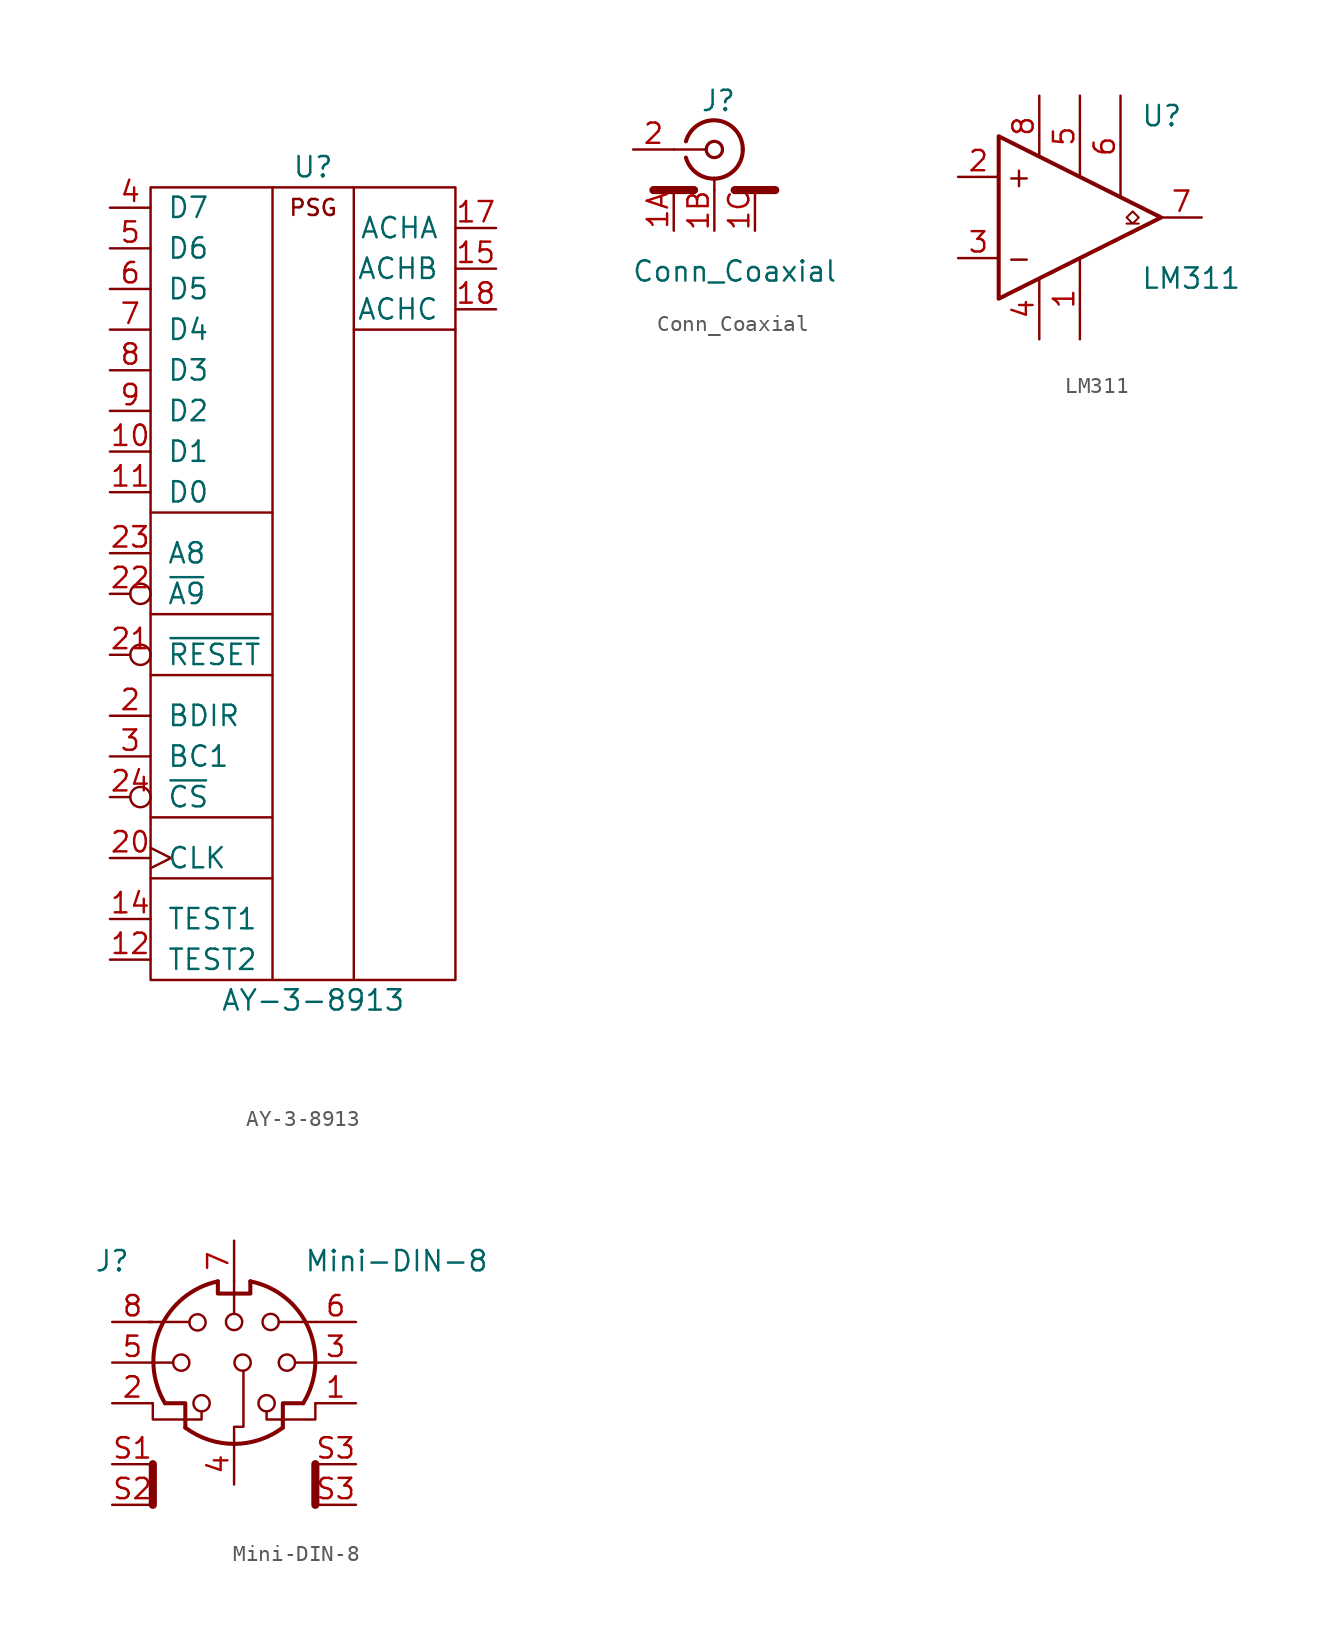
<source format=kicad_sym>
(kicad_symbol_lib
  (version 20211014)
  (generator kicad_symbol_editor)
  (symbol "AY-3-8913"
    (pin_names
      (offset 1.016))
    (property "Reference" "U"
      (at 0 25.4 0)
      (effects (font (size 1.27 1.27))))
    (property "Value" "AY-3-8913"
      (at 0 -26.67 0)
      (effects (font (size 1.27 1.27))))
    (symbol "AY-3-8913_0_0"
      (polyline (pts (xy -10.16 -6.35) (xy -2.54 -6.35)) (stroke (width 0) (type default) (color 0 0 0 0)) (fill (type none)))
      (text "PSG" (at 0 22.86 0) (effects (font (size 1 1)))))
    (symbol "AY-3-8913_0_1"
      (rectangle (start -10.16 24.13) (end 8.89 -25.4) (stroke (width 0) (type default) (color 0 0 0 0)) (fill (type none)))
      (polyline (pts (xy -10.16 -19.05) (xy -2.54 -19.05)) (stroke (width 0) (type default) (color 0 0 0 0)) (fill (type none)))
      (polyline (pts (xy -10.16 -15.24) (xy -2.54 -15.24)) (stroke (width 0) (type default) (color 0 0 0 0)) (fill (type none)))
      (polyline (pts (xy -10.16 -2.54) (xy -2.54 -2.54)) (stroke (width 0) (type default) (color 0 0 0 0)) (fill (type none)))
      (polyline (pts (xy -10.16 3.81) (xy -2.54 3.81)) (stroke (width 0) (type default) (color 0 0 0 0)) (fill (type none)))
      (polyline (pts (xy -2.54 3.81) (xy -2.54 3.81)) (stroke (width 0) (type default) (color 0 0 0 0)) (fill (type none)))
      (polyline (pts (xy -2.54 24.13) (xy -2.54 -25.4)) (stroke (width 0) (type default) (color 0 0 0 0)) (fill (type none)))
      (polyline (pts (xy 2.54 -25.4) (xy 2.54 24.13)) (stroke (width 0) (type default) (color 0 0 0 0)) (fill (type none)))
      (polyline (pts (xy 2.54 15.24) (xy 8.89 15.24)) (stroke (width 0) (type default) (color 0 0 0 0)) (fill (type none)))
      (pin power_in line (at 8.89 -22.86 180) (length 0) hide (name "GND" (effects (font (size 1.27 1.27)))) (number "1" (effects (font (size 1.27 1.27)))))
      (pin power_in line (at 8.89 24.13 180) (length 0) hide (name "VCC" (effects (font (size 1.27 1.27)))) (number "13" (effects (font (size 1.27 1.27)))))
      (pin no_connect line (at 8.89 -20.32 180) (length 0) hide (name "NC" (effects (font (size 1.27 1.27)))) (number "16" (effects (font (size 1.27 1.27)))))
      (pin power_in line (at 8.89 -25.4 180) (length 0) hide (name "GND" (effects (font (size 1.27 1.27)))) (number "19" (effects (font (size 1.27 1.27))))))
    (symbol "AY-3-8913_1_1"
      (pin bidirectional line (at -12.7 7.62 0) (length 2.54) (name "D1" (effects (font (size 1.27 1.27)))) (number "10" (effects (font (size 1.27 1.27)))))
      (pin bidirectional line (at -12.7 5.08 0) (length 2.54) (name "D0" (effects (font (size 1.27 1.27)))) (number "11" (effects (font (size 1.27 1.27)))))
      (pin input line (at -12.7 -24.13 0) (length 2.54) (name "TEST2" (effects (font (size 1.27 1.27)))) (number "12" (effects (font (size 1.27 1.27)))))
      (pin input line (at -12.7 -21.59 0) (length 2.54) (name "TEST1" (effects (font (size 1.27 1.27)))) (number "14" (effects (font (size 1.27 1.27)))))
      (pin output line (at 11.43 19.05 180) (length 2.54) (name "ACHB" (effects (font (size 1.27 1.27)))) (number "15" (effects (font (size 1.27 1.27)))))
      (pin output line (at 11.43 21.59 180) (length 2.54) (name "ACHA" (effects (font (size 1.27 1.27)))) (number "17" (effects (font (size 1.27 1.27)))))
      (pin output line (at 11.43 16.51 180) (length 2.54) (name "ACHC" (effects (font (size 1.27 1.27)))) (number "18" (effects (font (size 1.27 1.27)))))
      (pin input line (at -12.7 -8.89 0) (length 2.54) (name "BDIR" (effects (font (size 1.27 1.27)))) (number "2" (effects (font (size 1.27 1.27)))))
      (pin input clock (at -12.7 -17.78 0) (length 2.54) (name "CLK" (effects (font (size 1.27 1.27)))) (number "20" (effects (font (size 1.27 1.27)))))
      (pin input inverted (at -12.7 -5.08 0) (length 2.54) (name "~{RESET}" (effects (font (size 1.27 1.27)))) (number "21" (effects (font (size 1.27 1.27)))))
      (pin input inverted (at -12.7 -1.27 0) (length 2.54) (name "~{A9}" (effects (font (size 1.27 1.27)))) (number "22" (effects (font (size 1.27 1.27)))))
      (pin input line (at -12.7 1.27 0) (length 2.54) (name "A8" (effects (font (size 1.27 1.27)))) (number "23" (effects (font (size 1.27 1.27)))))
      (pin input inverted (at -12.7 -13.97 0) (length 2.54) (name "~{CS}" (effects (font (size 1.27 1.27)))) (number "24" (effects (font (size 1.27 1.27)))))
      (pin input line (at -12.7 -11.43 0) (length 2.54) (name "BC1" (effects (font (size 1.27 1.27)))) (number "3" (effects (font (size 1.27 1.27)))))
      (pin bidirectional line (at -12.7 22.86 0) (length 2.54) (name "D7" (effects (font (size 1.27 1.27)))) (number "4" (effects (font (size 1.27 1.27)))))
      (pin bidirectional line (at -12.7 20.32 0) (length 2.54) (name "D6" (effects (font (size 1.27 1.27)))) (number "5" (effects (font (size 1.27 1.27)))))
      (pin bidirectional line (at -12.7 17.78 0) (length 2.54) (name "D5" (effects (font (size 1.27 1.27)))) (number "6" (effects (font (size 1.27 1.27)))))
      (pin bidirectional line (at -12.7 15.24 0) (length 2.54) (name "D4" (effects (font (size 1.27 1.27)))) (number "7" (effects (font (size 1.27 1.27)))))
      (pin bidirectional line (at -12.7 12.7 0) (length 2.54) (name "D3" (effects (font (size 1.27 1.27)))) (number "8" (effects (font (size 1.27 1.27)))))
      (pin bidirectional line (at -12.7 10.16 0) (length 2.54) (name "D2" (effects (font (size 1.27 1.27)))) (number "9" (effects (font (size 1.27 1.27)))))))
  (symbol "Conn_Coaxial"
    (pin_names
      (offset 1.016) hide)
    (property "Reference" "J"
      (at 0.254 3.048 0)
      (effects (font (size 1.27 1.27))))
    (property "Value" "Conn_Coaxial"
      (at 1.27 -7.62 0)
      (effects (font (size 1.27 1.27))))
    (symbol "Conn_Coaxial_0_1"
      (arc (start -1.778 -0.508) (mid 0.2311 -1.8066) (end 1.778 0) (stroke (width 0.254) (type default) (color 0 0 0 0)) (fill (type none)))
      (polyline (pts (xy -3.81 -2.54) (xy -1.27 -2.54)) (stroke (width 0.508) (type default) (color 0 0 0 0)) (fill (type none)))
      (polyline (pts (xy -2.54 0) (xy -0.508 0)) (stroke (width 0) (type default) (color 0 0 0 0)) (fill (type none)))
      (polyline (pts (xy 0 -2.54) (xy 0 -1.778)) (stroke (width 0) (type default) (color 0 0 0 0)) (fill (type none)))
      (polyline (pts (xy 1.27 -2.54) (xy 3.81 -2.54)) (stroke (width 0.508) (type default) (color 0 0 0 0)) (fill (type none)))
      (circle (center 0 0) (radius 0.508) (stroke (width 0.203) (type default) (color 0 0 0 0)) (fill (type none)))
      (arc (start 1.778 0) (mid 0.2099 1.8101) (end -1.778 0.508) (stroke (width 0.254) (type default) (color 0 0 0 0)) (fill (type none))))
    (symbol "Conn_Coaxial_1_1"
      (pin passive line (at -2.54 -5.08 90) (length 2.54) (name "GND" (effects (font (size 1.27 1.27)))) (number "1A" (effects (font (size 1.27 1.27)))))
      (pin passive line (at 0 -5.08 90) (length 2.54) (name "GND" (effects (font (size 1.27 1.27)))) (number "1B" (effects (font (size 1.27 1.27)))))
      (pin passive line (at 2.54 -5.08 90) (length 2.54) (name "GND" (effects (font (size 1.27 1.27)))) (number "1C" (effects (font (size 1.27 1.27)))))
      (pin passive line (at -5.08 0 0) (length 2.54) (name "In" (effects (font (size 1.27 1.27)))) (number "2" (effects (font (size 1.27 1.27)))))))
  (symbol "LM311"
    (pin_names
      (offset 0.127) hide)
    (property "Reference" "U"
      (at 3.81 6.35 0)
      (effects (font (size 1.27 1.27)) (justify left)))
    (property "Value" "LM311"
      (at 3.81 -3.81 0)
      (effects (font (size 1.27 1.27)) (justify left)))
    (symbol "LM311_0_0"
      (text "+" (at -3.81 2.54 0) (effects (font (size 1.27 1.27))))
      (text "-" (at -3.81 -2.54 0) (effects (font (size 1.27 1.27)))))
    (symbol "LM311_0_1"
      (polyline (pts (xy 5.08 0) (xy -5.08 5.08) (xy -5.08 -5.08) (xy 5.08 0)) (stroke (width 0.254) (type default) (color 0 0 0 0)) (fill (type none)))
      (polyline (pts (xy 3.683 -0.381) (xy 3.302 -0.381) (xy 3.683 0) (xy 3.302 0.381) (xy 2.921 0) (xy 3.302 -0.381) (xy 2.921 -0.381)) (stroke (width 0.127) (type default) (color 0 0 0 0)) (fill (type none))))
    (symbol "LM311_1_1"
      (pin passive line (at 0 -7.62 90) (length 5.08) (name "GND" (effects (font (size 1.27 1.27)))) (number "1" (effects (font (size 1.27 1.27)))))
      (pin input line (at -7.62 2.54 0) (length 2.54) (name "+" (effects (font (size 1.27 1.27)))) (number "2" (effects (font (size 1.27 1.27)))))
      (pin input line (at -7.62 -2.54 0) (length 2.54) (name "-" (effects (font (size 1.27 1.27)))) (number "3" (effects (font (size 1.27 1.27)))))
      (pin power_in line (at -2.54 -7.62 90) (length 3.81) (name "V-" (effects (font (size 1.27 1.27)))) (number "4" (effects (font (size 1.27 1.27)))))
      (pin input line (at 0 7.62 270) (length 5.08) (name "BAL" (effects (font (size 1.27 1.27)))) (number "5" (effects (font (size 1.27 1.27)))))
      (pin input line (at 2.54 7.62 270) (length 6.35) (name "STRB" (effects (font (size 1.27 1.27)))) (number "6" (effects (font (size 1.27 1.27)))))
      (pin open_collector line (at 7.62 0 180) (length 2.54) (name "~" (effects (font (size 1.27 1.27)))) (number "7" (effects (font (size 1.27 1.27)))))
      (pin power_in line (at -2.54 7.62 270) (length 3.81) (name "V+" (effects (font (size 1.27 1.27)))) (number "8" (effects (font (size 1.27 1.27)))))))
  (symbol "Mini-DIN-8"
    (pin_names
      (offset 1.016) hide)
    (property "Reference" "J"
      (at -7.62 6.35 0)
      (effects (font (size 1.27 1.27))))
    (property "Value" "Mini-DIN-8"
      (at 10.16 6.35 0)
      (effects (font (size 1.27 1.27))))
    (symbol "Mini-DIN-8_0_1"
      (rectangle (start -5.08 -8.89) (end -5.08 -6.35) (stroke (width 0.508) (type default) (color 0 0 0 0)) (fill (type none)))
      (circle (center -3.302 0) (radius 0.508) (stroke (width 0) (type default) (color 0 0 0 0)) (fill (type none)))
      (arc (start -3.048 -4.064) (mid 0 -5.08) (end 3.048 -4.064) (stroke (width 0.254) (type default) (color 0 0 0 0)) (fill (type none)))
      (circle (center -2.286 2.515) (radius 0.508) (stroke (width 0) (type default) (color 0 0 0 0)) (fill (type none)))
      (circle (center -2.032 -2.54) (radius 0.508) (stroke (width 0) (type default) (color 0 0 0 0)) (fill (type none)))
      (arc (start -1.016 5.08) (mid -4.6228 2.1214) (end -4.318 -2.54) (stroke (width 0.254) (type default) (color 0 0 0 0)) (fill (type none)))
      (polyline (pts (xy -3.81 0) (xy -5.08 0)) (stroke (width 0) (type default) (color 0 0 0 0)) (fill (type none)))
      (polyline (pts (xy -2.794 2.54) (xy -5.334 2.54)) (stroke (width 0) (type default) (color 0 0 0 0)) (fill (type none)))
      (polyline (pts (xy 0 5.105) (xy 0 3.048)) (stroke (width 0) (type default) (color 0 0 0 0)) (fill (type none)))
      (polyline (pts (xy 2.794 2.54) (xy 5.08 2.54)) (stroke (width 0) (type default) (color 0 0 0 0)) (fill (type none)))
      (polyline (pts (xy 5.08 0) (xy 3.81 0)) (stroke (width 0) (type default) (color 0 0 0 0)) (fill (type none)))
      (polyline (pts (xy -4.318 -2.54) (xy -3.048 -2.54) (xy -3.048 -4.064)) (stroke (width 0.254) (type default) (color 0 0 0 0)) (fill (type none)))
      (polyline (pts (xy 4.318 -2.54) (xy 3.048 -2.54) (xy 3.048 -4.064)) (stroke (width 0.254) (type default) (color 0 0 0 0)) (fill (type none)))
      (polyline (pts (xy -2.032 -3.048) (xy -2.032 -3.556) (xy -5.08 -3.556) (xy -5.08 -2.54)) (stroke (width 0) (type default) (color 0 0 0 0)) (fill (type none)))
      (polyline (pts (xy -1.016 5.08) (xy -1.016 4.318) (xy 1.016 4.318) (xy 1.016 5.08)) (stroke (width 0.254) (type default) (color 0 0 0 0)) (fill (type none)))
      (polyline (pts (xy 0.584 -0.508) (xy 0.584 -4.013) (xy 0 -4.013) (xy 0 -5.182)) (stroke (width 0) (type default) (color 0 0 0 0)) (fill (type none)))
      (polyline (pts (xy 2.032 -3.048) (xy 2.032 -3.556) (xy 5.08 -3.556) (xy 5.08 -2.54)) (stroke (width 0) (type default) (color 0 0 0 0)) (fill (type none)))
      (circle (center 0 2.54) (radius 0.508) (stroke (width 0) (type default) (color 0 0 0 0)) (fill (type none)))
      (circle (center 2.032 -2.54) (radius 0.508) (stroke (width 0) (type default) (color 0 0 0 0)) (fill (type none)))
      (circle (center 2.286 2.54) (radius 0.508) (stroke (width 0) (type default) (color 0 0 0 0)) (fill (type none)))
      (circle (center 3.302 0) (radius 0.508) (stroke (width 0) (type default) (color 0 0 0 0)) (fill (type none)))
      (arc (start 4.318 -2.54) (mid 4.6661 2.1322) (end 1.016 5.08) (stroke (width 0.254) (type default) (color 0 0 0 0)) (fill (type none)))
      (rectangle (start 5.08 -8.89) (end 5.08 -8.89) (stroke (width 0) (type default) (color 0 0 0 0)) (fill (type none)))
      (rectangle (start 5.08 -6.35) (end 5.08 -8.89) (stroke (width 0.508) (type default) (color 0 0 0 0)) (fill (type none))))
    (symbol "Mini-DIN-8_1_1"
      (circle (center 0.533 0) (radius 0.508) (stroke (width 0) (type default) (color 0 0 0 0)) (fill (type none)))
      (pin passive line (at 7.62 -2.54 180) (length 2.54) (name "~" (effects (font (size 1.27 1.27)))) (number "1" (effects (font (size 1.27 1.27)))))
      (pin passive line (at -7.62 -2.54 0) (length 2.54) (name "~" (effects (font (size 1.27 1.27)))) (number "2" (effects (font (size 1.27 1.27)))))
      (pin passive line (at 7.62 0 180) (length 2.54) (name "~" (effects (font (size 1.27 1.27)))) (number "3" (effects (font (size 1.27 1.27)))))
      (pin passive line (at 0 -7.62 90) (length 2.54) (name "~" (effects (font (size 1.27 1.27)))) (number "4" (effects (font (size 1.27 1.27)))))
      (pin passive line (at -7.62 0 0) (length 2.54) (name "~" (effects (font (size 1.27 1.27)))) (number "5" (effects (font (size 1.27 1.27)))))
      (pin passive line (at 7.62 2.54 180) (length 2.54) (name "~" (effects (font (size 1.27 1.27)))) (number "6" (effects (font (size 1.27 1.27)))))
      (pin passive line (at 0 7.62 270) (length 2.54) (name "~" (effects (font (size 1.27 1.27)))) (number "7" (effects (font (size 1.27 1.27)))))
      (pin passive line (at -7.62 2.54 0) (length 2.54) (name "~" (effects (font (size 1.27 1.27)))) (number "8" (effects (font (size 1.27 1.27)))))
      (pin passive line (at -7.62 -6.35 0) (length 2.54) (name "~" (effects (font (size 1.27 1.27)))) (number "S1" (effects (font (size 1.27 1.27)))))
      (pin passive line (at -7.62 -8.89 0) (length 2.54) (name "~" (effects (font (size 1.27 1.27)))) (number "S2" (effects (font (size 1.27 1.27)))))
      (pin passive line (at 7.62 -8.89 180) (length 2.54) (name "~" (effects (font (size 1.27 1.27)))) (number "S3" (effects (font (size 1.27 1.27)))))
      (pin passive line (at 7.62 -6.35 180) (length 2.54) (name "~" (effects (font (size 1.27 1.27)))) (number "S3" (effects (font (size 1.27 1.27))))))))
</source>
